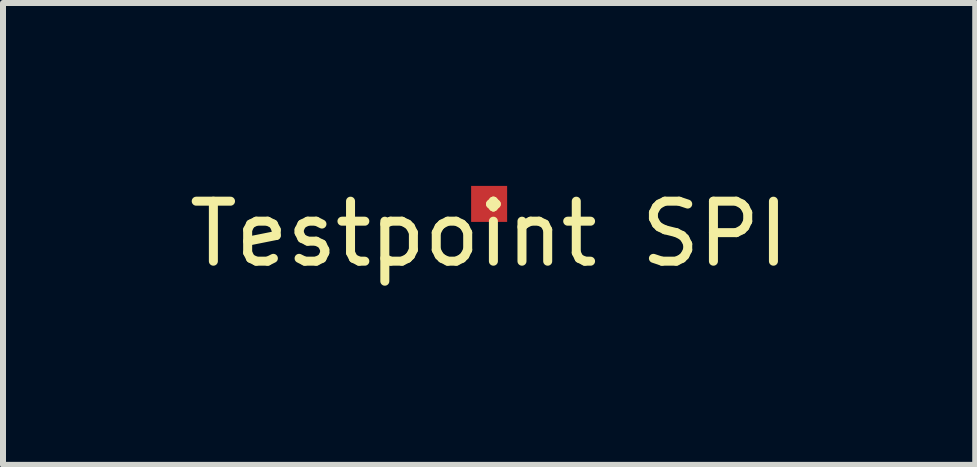
<source format=kicad_pcb>
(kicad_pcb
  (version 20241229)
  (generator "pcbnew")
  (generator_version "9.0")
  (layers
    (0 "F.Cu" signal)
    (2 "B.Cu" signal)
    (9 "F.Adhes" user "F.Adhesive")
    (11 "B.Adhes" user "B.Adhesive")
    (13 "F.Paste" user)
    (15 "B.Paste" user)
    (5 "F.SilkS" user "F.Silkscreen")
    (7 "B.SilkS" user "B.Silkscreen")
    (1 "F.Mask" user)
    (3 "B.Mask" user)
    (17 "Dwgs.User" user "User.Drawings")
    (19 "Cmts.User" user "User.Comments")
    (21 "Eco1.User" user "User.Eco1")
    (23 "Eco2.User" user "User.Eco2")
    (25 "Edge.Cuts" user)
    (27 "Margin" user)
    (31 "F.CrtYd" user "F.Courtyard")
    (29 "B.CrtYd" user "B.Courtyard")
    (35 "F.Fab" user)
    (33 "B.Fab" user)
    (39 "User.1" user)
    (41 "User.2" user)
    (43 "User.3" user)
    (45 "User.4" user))
  (footprint "Testpoint SPI"
    (layer "F.Cu")
    (at 5.101 0.348)
    (property "Reference" "Testpoint SPI" (at 0 0.5 0) (layer "F.SilkS") (effects (font (size 1 1) (thickness 0.15))))
    (attr through_hole)
    (pad "1" smd rect (at 0 0) (size 0.6 0.6) (layers "F.Cu" "F.Mask" "F.Paste")))
  (gr_rect
    (start -3 -3)
    (end 13.202 4.697)
    (stroke (width 0.1) (type default))
    (fill no)
    (layer "Edge.Cuts")))
</source>
